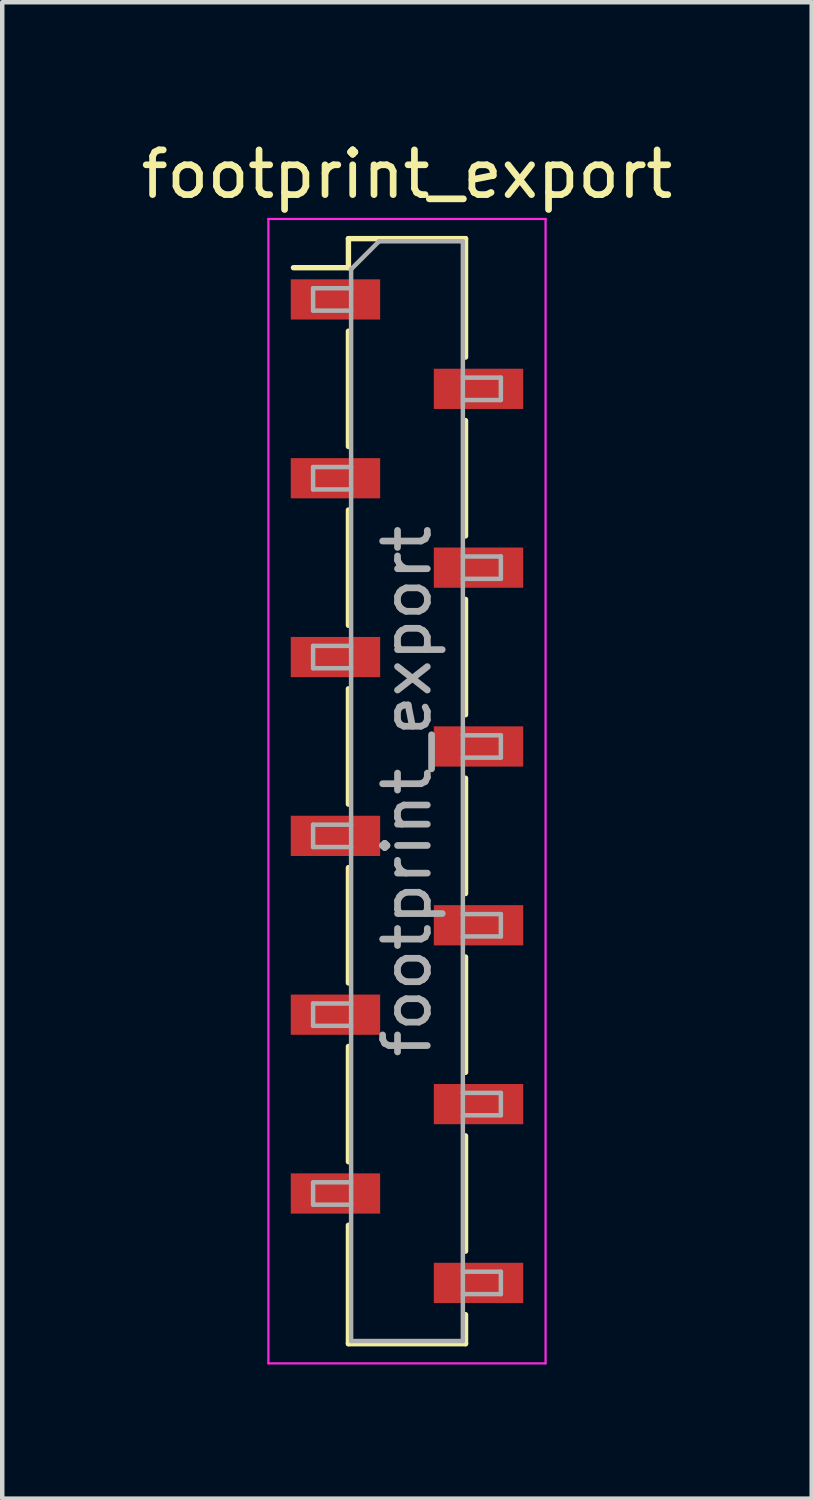
<source format=kicad_pcb>
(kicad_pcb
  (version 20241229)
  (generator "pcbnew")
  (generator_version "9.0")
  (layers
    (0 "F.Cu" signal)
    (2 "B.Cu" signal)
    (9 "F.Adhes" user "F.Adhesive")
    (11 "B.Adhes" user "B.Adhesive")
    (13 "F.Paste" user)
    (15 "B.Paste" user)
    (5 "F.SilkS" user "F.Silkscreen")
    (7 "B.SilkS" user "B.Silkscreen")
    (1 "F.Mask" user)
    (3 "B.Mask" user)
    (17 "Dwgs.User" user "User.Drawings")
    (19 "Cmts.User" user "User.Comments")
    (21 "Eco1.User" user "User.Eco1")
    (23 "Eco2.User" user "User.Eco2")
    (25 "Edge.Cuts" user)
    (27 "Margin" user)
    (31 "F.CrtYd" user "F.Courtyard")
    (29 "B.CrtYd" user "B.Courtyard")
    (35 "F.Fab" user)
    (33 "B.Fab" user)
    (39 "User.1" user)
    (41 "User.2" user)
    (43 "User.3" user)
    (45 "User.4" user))
  (footprint "footprint_export"
    (layer "F.Cu")
    (at 6.054 14.648)
    (property "Reference" "footprint_export" (at 0 -13.8 0) (layer "F.SilkS") (effects (font (size 1 1) (thickness 0.15))))
    (attr smd)
    (fp_line (start -2.54 -11.71) (end -1.31 -11.71) (stroke (width 0.12) (type solid)) (layer "F.SilkS"))
    (fp_line (start -1.31 -12.36) (end -1.31 -11.71) (stroke (width 0.12) (type solid)) (layer "F.SilkS"))
    (fp_line (start -1.31 -12.36) (end 1.31 -12.36) (stroke (width 0.12) (type solid)) (layer "F.SilkS"))
    (fp_line (start -1.31 -10.29) (end -1.31 -7.71) (stroke (width 0.12) (type solid)) (layer "F.SilkS"))
    (fp_line (start -1.31 -6.29) (end -1.31 -3.71) (stroke (width 0.12) (type solid)) (layer "F.SilkS"))
    (fp_line (start -1.31 -2.29) (end -1.31 0.29) (stroke (width 0.12) (type solid)) (layer "F.SilkS"))
    (fp_line (start -1.31 1.71) (end -1.31 4.29) (stroke (width 0.12) (type solid)) (layer "F.SilkS"))
    (fp_line (start -1.31 5.71) (end -1.31 8.29) (stroke (width 0.12) (type solid)) (layer "F.SilkS"))
    (fp_line (start -1.31 9.71) (end -1.31 12.36) (stroke (width 0.12) (type solid)) (layer "F.SilkS"))
    (fp_line (start -1.31 12.36) (end 1.31 12.36) (stroke (width 0.12) (type solid)) (layer "F.SilkS"))
    (fp_line (start 1.31 -12.36) (end 1.31 -9.71) (stroke (width 0.12) (type solid)) (layer "F.SilkS"))
    (fp_line (start 1.31 -8.29) (end 1.31 -5.71) (stroke (width 0.12) (type solid)) (layer "F.SilkS"))
    (fp_line (start 1.31 -4.29) (end 1.31 -1.71) (stroke (width 0.12) (type solid)) (layer "F.SilkS"))
    (fp_line (start 1.31 -0.29) (end 1.31 2.29) (stroke (width 0.12) (type solid)) (layer "F.SilkS"))
    (fp_line (start 1.31 3.71) (end 1.31 6.29) (stroke (width 0.12) (type solid)) (layer "F.SilkS"))
    (fp_line (start 1.31 7.71) (end 1.31 10.29) (stroke (width 0.12) (type solid)) (layer "F.SilkS"))
    (fp_line (start 1.31 11.71) (end 1.31 12.36) (stroke (width 0.12) (type solid)) (layer "F.SilkS"))
    (fp_line (start -3.1 -12.8) (end 3.1 -12.8) (stroke (width 0.05) (type solid)) (layer "F.CrtYd"))
    (fp_line (start -3.1 12.8) (end -3.1 -12.8) (stroke (width 0.05) (type solid)) (layer "F.CrtYd"))
    (fp_line (start 3.1 -12.8) (end 3.1 12.8) (stroke (width 0.05) (type solid)) (layer "F.CrtYd"))
    (fp_line (start 3.1 12.8) (end -3.1 12.8) (stroke (width 0.05) (type solid)) (layer "F.CrtYd"))
    (fp_line (start -2.1 -11.25) (end -1.25 -11.25) (stroke (width 0.1) (type solid)) (layer "F.Fab"))
    (fp_line (start -2.1 -10.75) (end -2.1 -11.25) (stroke (width 0.1) (type solid)) (layer "F.Fab"))
    (fp_line (start -2.1 -7.25) (end -1.25 -7.25) (stroke (width 0.1) (type solid)) (layer "F.Fab"))
    (fp_line (start -2.1 -6.75) (end -2.1 -7.25) (stroke (width 0.1) (type solid)) (layer "F.Fab"))
    (fp_line (start -2.1 -3.25) (end -1.25 -3.25) (stroke (width 0.1) (type solid)) (layer "F.Fab"))
    (fp_line (start -2.1 -2.75) (end -2.1 -3.25) (stroke (width 0.1) (type solid)) (layer "F.Fab"))
    (fp_line (start -2.1 0.75) (end -1.25 0.75) (stroke (width 0.1) (type solid)) (layer "F.Fab"))
    (fp_line (start -2.1 1.25) (end -2.1 0.75) (stroke (width 0.1) (type solid)) (layer "F.Fab"))
    (fp_line (start -2.1 4.75) (end -1.25 4.75) (stroke (width 0.1) (type solid)) (layer "F.Fab"))
    (fp_line (start -2.1 5.25) (end -2.1 4.75) (stroke (width 0.1) (type solid)) (layer "F.Fab"))
    (fp_line (start -2.1 8.75) (end -1.25 8.75) (stroke (width 0.1) (type solid)) (layer "F.Fab"))
    (fp_line (start -2.1 9.25) (end -2.1 8.75) (stroke (width 0.1) (type solid)) (layer "F.Fab"))
    (fp_line (start -1.25 -11.675) (end -0.625 -12.3) (stroke (width 0.1) (type solid)) (layer "F.Fab"))
    (fp_line (start -1.25 -10.75) (end -2.1 -10.75) (stroke (width 0.1) (type solid)) (layer "F.Fab"))
    (fp_line (start -1.25 -6.75) (end -2.1 -6.75) (stroke (width 0.1) (type solid)) (layer "F.Fab"))
    (fp_line (start -1.25 -2.75) (end -2.1 -2.75) (stroke (width 0.1) (type solid)) (layer "F.Fab"))
    (fp_line (start -1.25 1.25) (end -2.1 1.25) (stroke (width 0.1) (type solid)) (layer "F.Fab"))
    (fp_line (start -1.25 5.25) (end -2.1 5.25) (stroke (width 0.1) (type solid)) (layer "F.Fab"))
    (fp_line (start -1.25 9.25) (end -2.1 9.25) (stroke (width 0.1) (type solid)) (layer "F.Fab"))
    (fp_line (start -1.25 12.3) (end -1.25 -11.675) (stroke (width 0.1) (type solid)) (layer "F.Fab"))
    (fp_line (start -0.625 -12.3) (end 1.25 -12.3) (stroke (width 0.1) (type solid)) (layer "F.Fab"))
    (fp_line (start 1.25 -12.3) (end 1.25 12.3) (stroke (width 0.1) (type solid)) (layer "F.Fab"))
    (fp_line (start 1.25 -9.25) (end 2.1 -9.25) (stroke (width 0.1) (type solid)) (layer "F.Fab"))
    (fp_line (start 1.25 -5.25) (end 2.1 -5.25) (stroke (width 0.1) (type solid)) (layer "F.Fab"))
    (fp_line (start 1.25 -1.25) (end 2.1 -1.25) (stroke (width 0.1) (type solid)) (layer "F.Fab"))
    (fp_line (start 1.25 2.75) (end 2.1 2.75) (stroke (width 0.1) (type solid)) (layer "F.Fab"))
    (fp_line (start 1.25 6.75) (end 2.1 6.75) (stroke (width 0.1) (type solid)) (layer "F.Fab"))
    (fp_line (start 1.25 10.75) (end 2.1 10.75) (stroke (width 0.1) (type solid)) (layer "F.Fab"))
    (fp_line (start 1.25 12.3) (end -1.25 12.3) (stroke (width 0.1) (type solid)) (layer "F.Fab"))
    (fp_line (start 2.1 -9.25) (end 2.1 -8.75) (stroke (width 0.1) (type solid)) (layer "F.Fab"))
    (fp_line (start 2.1 -8.75) (end 1.25 -8.75) (stroke (width 0.1) (type solid)) (layer "F.Fab"))
    (fp_line (start 2.1 -5.25) (end 2.1 -4.75) (stroke (width 0.1) (type solid)) (layer "F.Fab"))
    (fp_line (start 2.1 -4.75) (end 1.25 -4.75) (stroke (width 0.1) (type solid)) (layer "F.Fab"))
    (fp_line (start 2.1 -1.25) (end 2.1 -0.75) (stroke (width 0.1) (type solid)) (layer "F.Fab"))
    (fp_line (start 2.1 -0.75) (end 1.25 -0.75) (stroke (width 0.1) (type solid)) (layer "F.Fab"))
    (fp_line (start 2.1 2.75) (end 2.1 3.25) (stroke (width 0.1) (type solid)) (layer "F.Fab"))
    (fp_line (start 2.1 3.25) (end 1.25 3.25) (stroke (width 0.1) (type solid)) (layer "F.Fab"))
    (fp_line (start 2.1 6.75) (end 2.1 7.25) (stroke (width 0.1) (type solid)) (layer "F.Fab"))
    (fp_line (start 2.1 7.25) (end 1.25 7.25) (stroke (width 0.1) (type solid)) (layer "F.Fab"))
    (fp_line (start 2.1 10.75) (end 2.1 11.25) (stroke (width 0.1) (type solid)) (layer "F.Fab"))
    (fp_line (start 2.1 11.25) (end 1.25 11.25) (stroke (width 0.1) (type solid)) (layer "F.Fab"))
    (fp_text user "${REFERENCE}" (at 0 0 90) (layer "F.Fab") (effects (font (size 1 1) (thickness 0.15))))
    (pad "1" smd rect (at -1.6 -11) (size 2 0.9) (layers "F.Cu" "F.Mask" "F.Paste"))
    (pad "2" smd rect (at 1.6 -9) (size 2 0.9) (layers "F.Cu" "F.Mask" "F.Paste"))
    (pad "3" smd rect (at -1.6 -7) (size 2 0.9) (layers "F.Cu" "F.Mask" "F.Paste"))
    (pad "4" smd rect (at 1.6 -5) (size 2 0.9) (layers "F.Cu" "F.Mask" "F.Paste"))
    (pad "5" smd rect (at -1.6 -3) (size 2 0.9) (layers "F.Cu" "F.Mask" "F.Paste"))
    (pad "6" smd rect (at 1.6 -1) (size 2 0.9) (layers "F.Cu" "F.Mask" "F.Paste"))
    (pad "7" smd rect (at -1.6 1) (size 2 0.9) (layers "F.Cu" "F.Mask" "F.Paste"))
    (pad "8" smd rect (at 1.6 3) (size 2 0.9) (layers "F.Cu" "F.Mask" "F.Paste"))
    (pad "9" smd rect (at -1.6 5) (size 2 0.9) (layers "F.Cu" "F.Mask" "F.Paste"))
    (pad "10" smd rect (at 1.6 7) (size 2 0.9) (layers "F.Cu" "F.Mask" "F.Paste"))
    (pad "11" smd rect (at -1.6 9) (size 2 0.9) (layers "F.Cu" "F.Mask" "F.Paste"))
    (pad "12" smd rect (at 1.6 11) (size 2 0.9) (layers "F.Cu" "F.Mask" "F.Paste")))
  (gr_rect
    (start -3 -3)
    (end 15.107 30.473)
    (stroke (width 0.1) (type default))
    (fill no)
    (layer "Edge.Cuts")))
</source>
